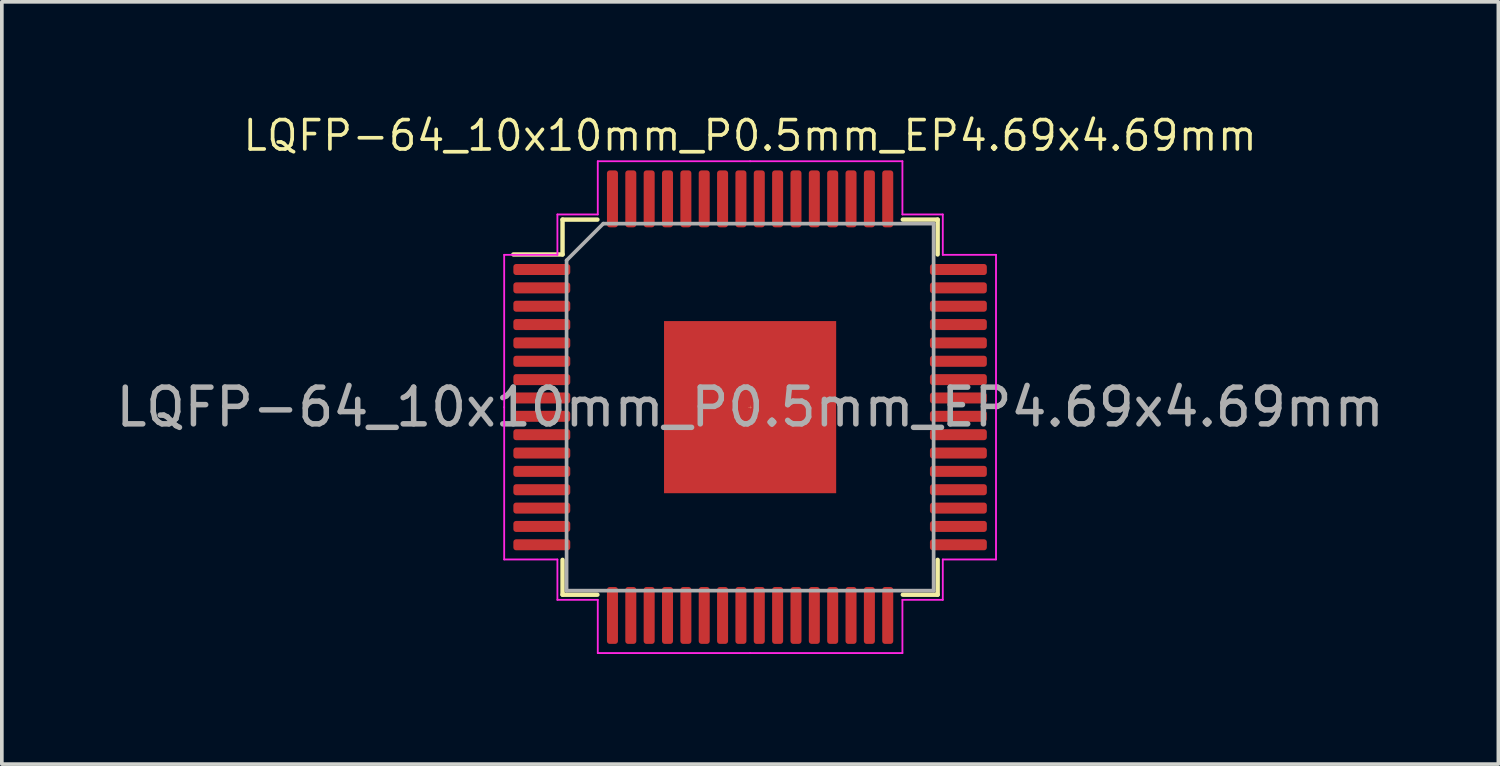
<source format=kicad_pcb>
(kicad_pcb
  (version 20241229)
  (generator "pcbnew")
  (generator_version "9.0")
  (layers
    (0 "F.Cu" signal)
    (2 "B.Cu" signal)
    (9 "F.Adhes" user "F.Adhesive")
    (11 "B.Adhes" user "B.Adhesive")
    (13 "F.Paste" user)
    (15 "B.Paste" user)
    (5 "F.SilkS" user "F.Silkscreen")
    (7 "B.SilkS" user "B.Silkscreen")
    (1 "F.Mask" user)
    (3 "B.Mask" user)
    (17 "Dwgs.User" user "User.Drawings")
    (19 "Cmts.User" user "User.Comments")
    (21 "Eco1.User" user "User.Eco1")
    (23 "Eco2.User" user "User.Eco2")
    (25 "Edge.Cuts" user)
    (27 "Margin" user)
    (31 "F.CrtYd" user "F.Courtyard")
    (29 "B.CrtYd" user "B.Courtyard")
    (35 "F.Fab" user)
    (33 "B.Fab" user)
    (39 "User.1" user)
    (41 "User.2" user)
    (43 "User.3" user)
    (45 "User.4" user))
  (footprint "LQFP-64_10x10mm_P0.5mm_EP4.69x4.69mm"
    (layer "F.Cu")
    (at 17.387 8.043)
    (property "Reference" "LQFP-64_10x10mm_P0.5mm_EP4.69x4.69mm" (at 0 -7.4 0) (unlocked yes) (layer "F.SilkS") (effects (font (size 0.8 0.8) (thickness 0.1))))
    (attr smd)
    (fp_line (start -5.11 -5.11) (end -5.11 -4.16) (stroke (width 0.12) (type solid)) (layer "F.SilkS"))
    (fp_line (start -5.11 -4.16) (end -6.45 -4.16) (stroke (width 0.12) (type solid)) (layer "F.SilkS"))
    (fp_line (start -5.11 5.11) (end -5.11 4.16) (stroke (width 0.12) (type solid)) (layer "F.SilkS"))
    (fp_line (start -4.16 -5.11) (end -5.11 -5.11) (stroke (width 0.12) (type solid)) (layer "F.SilkS"))
    (fp_line (start -4.16 5.11) (end -5.11 5.11) (stroke (width 0.12) (type solid)) (layer "F.SilkS"))
    (fp_line (start -0.05 0) (end 0.05 0) (stroke (width 0.005) (type default)) (layer "F.SilkS"))
    (fp_line (start 0 -0.04) (end 0 0.04) (stroke (width 0.005) (type default)) (layer "F.SilkS"))
    (fp_line (start 4.16 -5.11) (end 5.11 -5.11) (stroke (width 0.12) (type solid)) (layer "F.SilkS"))
    (fp_line (start 4.16 5.11) (end 5.11 5.11) (stroke (width 0.12) (type solid)) (layer "F.SilkS"))
    (fp_line (start 5.11 -5.11) (end 5.11 -4.16) (stroke (width 0.12) (type solid)) (layer "F.SilkS"))
    (fp_line (start 5.11 5.11) (end 5.11 4.16) (stroke (width 0.12) (type solid)) (layer "F.SilkS"))
    (fp_line (start -6.7 -4.15) (end -6.7 0) (stroke (width 0.05) (type solid)) (layer "F.CrtYd"))
    (fp_line (start -6.7 4.15) (end -6.7 0) (stroke (width 0.05) (type solid)) (layer "F.CrtYd"))
    (fp_line (start -5.25 -5.25) (end -5.25 -4.15) (stroke (width 0.05) (type solid)) (layer "F.CrtYd"))
    (fp_line (start -5.25 -4.15) (end -6.7 -4.15) (stroke (width 0.05) (type solid)) (layer "F.CrtYd"))
    (fp_line (start -5.25 4.15) (end -6.7 4.15) (stroke (width 0.05) (type solid)) (layer "F.CrtYd"))
    (fp_line (start -5.25 5.25) (end -5.25 4.15) (stroke (width 0.05) (type solid)) (layer "F.CrtYd"))
    (fp_line (start -4.15 -6.7) (end -4.15 -5.25) (stroke (width 0.05) (type solid)) (layer "F.CrtYd"))
    (fp_line (start -4.15 -5.25) (end -5.25 -5.25) (stroke (width 0.05) (type solid)) (layer "F.CrtYd"))
    (fp_line (start -4.15 5.25) (end -5.25 5.25) (stroke (width 0.05) (type solid)) (layer "F.CrtYd"))
    (fp_line (start -4.15 6.7) (end -4.15 5.25) (stroke (width 0.05) (type solid)) (layer "F.CrtYd"))
    (fp_line (start 0 -6.7) (end -4.15 -6.7) (stroke (width 0.05) (type solid)) (layer "F.CrtYd"))
    (fp_line (start 0 -6.7) (end 4.15 -6.7) (stroke (width 0.05) (type solid)) (layer "F.CrtYd"))
    (fp_line (start 0 6.7) (end -4.15 6.7) (stroke (width 0.05) (type solid)) (layer "F.CrtYd"))
    (fp_line (start 0 6.7) (end 4.15 6.7) (stroke (width 0.05) (type solid)) (layer "F.CrtYd"))
    (fp_line (start 4.15 -6.7) (end 4.15 -5.25) (stroke (width 0.05) (type solid)) (layer "F.CrtYd"))
    (fp_line (start 4.15 -5.25) (end 5.25 -5.25) (stroke (width 0.05) (type solid)) (layer "F.CrtYd"))
    (fp_line (start 4.15 5.25) (end 5.25 5.25) (stroke (width 0.05) (type solid)) (layer "F.CrtYd"))
    (fp_line (start 4.15 6.7) (end 4.15 5.25) (stroke (width 0.05) (type solid)) (layer "F.CrtYd"))
    (fp_line (start 5.25 -5.25) (end 5.25 -4.15) (stroke (width 0.05) (type solid)) (layer "F.CrtYd"))
    (fp_line (start 5.25 -4.15) (end 6.7 -4.15) (stroke (width 0.05) (type solid)) (layer "F.CrtYd"))
    (fp_line (start 5.25 4.15) (end 6.7 4.15) (stroke (width 0.05) (type solid)) (layer "F.CrtYd"))
    (fp_line (start 5.25 5.25) (end 5.25 4.15) (stroke (width 0.05) (type solid)) (layer "F.CrtYd"))
    (fp_line (start 6.7 -4.15) (end 6.7 0) (stroke (width 0.05) (type solid)) (layer "F.CrtYd"))
    (fp_line (start 6.7 4.15) (end 6.7 0) (stroke (width 0.05) (type solid)) (layer "F.CrtYd"))
    (fp_line (start -5 -4) (end -4 -5) (stroke (width 0.1) (type solid)) (layer "F.Fab"))
    (fp_line (start -5 5) (end -5 -4) (stroke (width 0.1) (type solid)) (layer "F.Fab"))
    (fp_line (start -4 -5) (end 5 -5) (stroke (width 0.1) (type solid)) (layer "F.Fab"))
    (fp_line (start 5 -5) (end 5 5) (stroke (width 0.1) (type solid)) (layer "F.Fab"))
    (fp_line (start 5 5) (end -5 5) (stroke (width 0.1) (type solid)) (layer "F.Fab"))
    (fp_text user "${REFERENCE}" (at 0 0 0) (layer "F.Fab") (effects (font (size 1 1) (thickness 0.15))))
    (pad "" smd roundrect (at -1.5 -1.5) (size 1.13 1.13) (layers "F.Paste") (roundrect_rratio 0.221))
    (pad "" smd roundrect (at -1.5 0) (size 1.13 1.13) (layers "F.Paste") (roundrect_rratio 0.221))
    (pad "" smd roundrect (at -1.5 1.5) (size 1.13 1.13) (layers "F.Paste") (roundrect_rratio 0.221))
    (pad "" smd roundrect (at 0 -1.5) (size 1.13 1.13) (layers "F.Paste") (roundrect_rratio 0.221))
    (pad "" smd roundrect (at 0 0) (size 1.13 1.13) (layers "F.Paste") (roundrect_rratio 0.221))
    (pad "" smd roundrect (at 0 1.5) (size 1.13 1.13) (layers "F.Paste") (roundrect_rratio 0.221))
    (pad "" smd roundrect (at 1.5 -1.5) (size 1.13 1.13) (layers "F.Paste") (roundrect_rratio 0.221))
    (pad "" smd roundrect (at 1.5 0) (size 1.13 1.13) (layers "F.Paste") (roundrect_rratio 0.221))
    (pad "" smd roundrect (at 1.5 1.5) (size 1.13 1.13) (layers "F.Paste") (roundrect_rratio 0.221))
    (pad "1" smd roundrect (at -5.675 -3.75) (size 1.55 0.3) (layers "F.Cu" "F.Mask" "F.Paste") (roundrect_rratio 0.25))
    (pad "2" smd roundrect (at -5.675 -3.25) (size 1.55 0.3) (layers "F.Cu" "F.Mask" "F.Paste") (roundrect_rratio 0.25))
    (pad "3" smd roundrect (at -5.675 -2.75) (size 1.55 0.3) (layers "F.Cu" "F.Mask" "F.Paste") (roundrect_rratio 0.25))
    (pad "4" smd roundrect (at -5.675 -2.25) (size 1.55 0.3) (layers "F.Cu" "F.Mask" "F.Paste") (roundrect_rratio 0.25))
    (pad "5" smd roundrect (at -5.675 -1.75) (size 1.55 0.3) (layers "F.Cu" "F.Mask" "F.Paste") (roundrect_rratio 0.25))
    (pad "6" smd roundrect (at -5.675 -1.25) (size 1.55 0.3) (layers "F.Cu" "F.Mask" "F.Paste") (roundrect_rratio 0.25))
    (pad "7" smd roundrect (at -5.675 -0.75) (size 1.55 0.3) (layers "F.Cu" "F.Mask" "F.Paste") (roundrect_rratio 0.25))
    (pad "8" smd roundrect (at -5.675 -0.25) (size 1.55 0.3) (layers "F.Cu" "F.Mask" "F.Paste") (roundrect_rratio 0.25))
    (pad "9" smd roundrect (at -5.675 0.25) (size 1.55 0.3) (layers "F.Cu" "F.Mask" "F.Paste") (roundrect_rratio 0.25))
    (pad "10" smd roundrect (at -5.675 0.75) (size 1.55 0.3) (layers "F.Cu" "F.Mask" "F.Paste") (roundrect_rratio 0.25))
    (pad "11" smd roundrect (at -5.675 1.25) (size 1.55 0.3) (layers "F.Cu" "F.Mask" "F.Paste") (roundrect_rratio 0.25))
    (pad "12" smd roundrect (at -5.675 1.75) (size 1.55 0.3) (layers "F.Cu" "F.Mask" "F.Paste") (roundrect_rratio 0.25))
    (pad "13" smd roundrect (at -5.675 2.25) (size 1.55 0.3) (layers "F.Cu" "F.Mask" "F.Paste") (roundrect_rratio 0.25))
    (pad "14" smd roundrect (at -5.675 2.75) (size 1.55 0.3) (layers "F.Cu" "F.Mask" "F.Paste") (roundrect_rratio 0.25))
    (pad "15" smd roundrect (at -5.675 3.25) (size 1.55 0.3) (layers "F.Cu" "F.Mask" "F.Paste") (roundrect_rratio 0.25))
    (pad "16" smd roundrect (at -5.675 3.75) (size 1.55 0.3) (layers "F.Cu" "F.Mask" "F.Paste") (roundrect_rratio 0.25))
    (pad "17" smd roundrect (at -3.75 5.675) (size 0.3 1.55) (layers "F.Cu" "F.Mask" "F.Paste") (roundrect_rratio 0.25))
    (pad "18" smd roundrect (at -3.25 5.675) (size 0.3 1.55) (layers "F.Cu" "F.Mask" "F.Paste") (roundrect_rratio 0.25))
    (pad "19" smd roundrect (at -2.75 5.675) (size 0.3 1.55) (layers "F.Cu" "F.Mask" "F.Paste") (roundrect_rratio 0.25))
    (pad "20" smd roundrect (at -2.25 5.675) (size 0.3 1.55) (layers "F.Cu" "F.Mask" "F.Paste") (roundrect_rratio 0.25))
    (pad "21" smd roundrect (at -1.75 5.675) (size 0.3 1.55) (layers "F.Cu" "F.Mask" "F.Paste") (roundrect_rratio 0.25))
    (pad "22" smd roundrect (at -1.25 5.675) (size 0.3 1.55) (layers "F.Cu" "F.Mask" "F.Paste") (roundrect_rratio 0.25))
    (pad "23" smd roundrect (at -0.75 5.675) (size 0.3 1.55) (layers "F.Cu" "F.Mask" "F.Paste") (roundrect_rratio 0.25))
    (pad "24" smd roundrect (at -0.25 5.675) (size 0.3 1.55) (layers "F.Cu" "F.Mask" "F.Paste") (roundrect_rratio 0.25))
    (pad "25" smd roundrect (at 0.25 5.675) (size 0.3 1.55) (layers "F.Cu" "F.Mask" "F.Paste") (roundrect_rratio 0.25))
    (pad "26" smd roundrect (at 0.75 5.675) (size 0.3 1.55) (layers "F.Cu" "F.Mask" "F.Paste") (roundrect_rratio 0.25))
    (pad "27" smd roundrect (at 1.25 5.675) (size 0.3 1.55) (layers "F.Cu" "F.Mask" "F.Paste") (roundrect_rratio 0.25))
    (pad "28" smd roundrect (at 1.75 5.675) (size 0.3 1.55) (layers "F.Cu" "F.Mask" "F.Paste") (roundrect_rratio 0.25))
    (pad "29" smd roundrect (at 2.25 5.675) (size 0.3 1.55) (layers "F.Cu" "F.Mask" "F.Paste") (roundrect_rratio 0.25))
    (pad "30" smd roundrect (at 2.75 5.675) (size 0.3 1.55) (layers "F.Cu" "F.Mask" "F.Paste") (roundrect_rratio 0.25))
    (pad "31" smd roundrect (at 3.25 5.675) (size 0.3 1.55) (layers "F.Cu" "F.Mask" "F.Paste") (roundrect_rratio 0.25))
    (pad "32" smd roundrect (at 3.75 5.675) (size 0.3 1.55) (layers "F.Cu" "F.Mask" "F.Paste") (roundrect_rratio 0.25))
    (pad "33" smd roundrect (at 5.675 3.75) (size 1.55 0.3) (layers "F.Cu" "F.Mask" "F.Paste") (roundrect_rratio 0.25))
    (pad "34" smd roundrect (at 5.675 3.25) (size 1.55 0.3) (layers "F.Cu" "F.Mask" "F.Paste") (roundrect_rratio 0.25))
    (pad "35" smd roundrect (at 5.675 2.75) (size 1.55 0.3) (layers "F.Cu" "F.Mask" "F.Paste") (roundrect_rratio 0.25))
    (pad "36" smd roundrect (at 5.675 2.25) (size 1.55 0.3) (layers "F.Cu" "F.Mask" "F.Paste") (roundrect_rratio 0.25))
    (pad "37" smd roundrect (at 5.675 1.75) (size 1.55 0.3) (layers "F.Cu" "F.Mask" "F.Paste") (roundrect_rratio 0.25))
    (pad "38" smd roundrect (at 5.675 1.25) (size 1.55 0.3) (layers "F.Cu" "F.Mask" "F.Paste") (roundrect_rratio 0.25))
    (pad "39" smd roundrect (at 5.675 0.75) (size 1.55 0.3) (layers "F.Cu" "F.Mask" "F.Paste") (roundrect_rratio 0.25))
    (pad "40" smd roundrect (at 5.675 0.25) (size 1.55 0.3) (layers "F.Cu" "F.Mask" "F.Paste") (roundrect_rratio 0.25))
    (pad "41" smd roundrect (at 5.675 -0.25) (size 1.55 0.3) (layers "F.Cu" "F.Mask" "F.Paste") (roundrect_rratio 0.25))
    (pad "42" smd roundrect (at 5.675 -0.75) (size 1.55 0.3) (layers "F.Cu" "F.Mask" "F.Paste") (roundrect_rratio 0.25))
    (pad "43" smd roundrect (at 5.675 -1.25) (size 1.55 0.3) (layers "F.Cu" "F.Mask" "F.Paste") (roundrect_rratio 0.25))
    (pad "44" smd roundrect (at 5.675 -1.75) (size 1.55 0.3) (layers "F.Cu" "F.Mask" "F.Paste") (roundrect_rratio 0.25))
    (pad "45" smd roundrect (at 5.675 -2.25) (size 1.55 0.3) (layers "F.Cu" "F.Mask" "F.Paste") (roundrect_rratio 0.25))
    (pad "46" smd roundrect (at 5.675 -2.75) (size 1.55 0.3) (layers "F.Cu" "F.Mask" "F.Paste") (roundrect_rratio 0.25))
    (pad "47" smd roundrect (at 5.675 -3.25) (size 1.55 0.3) (layers "F.Cu" "F.Mask" "F.Paste") (roundrect_rratio 0.25))
    (pad "48" smd roundrect (at 5.675 -3.75) (size 1.55 0.3) (layers "F.Cu" "F.Mask" "F.Paste") (roundrect_rratio 0.25))
    (pad "49" smd roundrect (at 3.75 -5.675) (size 0.3 1.55) (layers "F.Cu" "F.Mask" "F.Paste") (roundrect_rratio 0.25))
    (pad "50" smd roundrect (at 3.25 -5.675) (size 0.3 1.55) (layers "F.Cu" "F.Mask" "F.Paste") (roundrect_rratio 0.25))
    (pad "51" smd roundrect (at 2.75 -5.675) (size 0.3 1.55) (layers "F.Cu" "F.Mask" "F.Paste") (roundrect_rratio 0.25))
    (pad "52" smd roundrect (at 2.25 -5.675) (size 0.3 1.55) (layers "F.Cu" "F.Mask" "F.Paste") (roundrect_rratio 0.25))
    (pad "53" smd roundrect (at 1.75 -5.675) (size 0.3 1.55) (layers "F.Cu" "F.Mask" "F.Paste") (roundrect_rratio 0.25))
    (pad "54" smd roundrect (at 1.25 -5.675) (size 0.3 1.55) (layers "F.Cu" "F.Mask" "F.Paste") (roundrect_rratio 0.25))
    (pad "55" smd roundrect (at 0.75 -5.675) (size 0.3 1.55) (layers "F.Cu" "F.Mask" "F.Paste") (roundrect_rratio 0.25))
    (pad "56" smd roundrect (at 0.25 -5.675) (size 0.3 1.55) (layers "F.Cu" "F.Mask" "F.Paste") (roundrect_rratio 0.25))
    (pad "57" smd roundrect (at -0.25 -5.675) (size 0.3 1.55) (layers "F.Cu" "F.Mask" "F.Paste") (roundrect_rratio 0.25))
    (pad "58" smd roundrect (at -0.75 -5.675) (size 0.3 1.55) (layers "F.Cu" "F.Mask" "F.Paste") (roundrect_rratio 0.25))
    (pad "59" smd roundrect (at -1.25 -5.675) (size 0.3 1.55) (layers "F.Cu" "F.Mask" "F.Paste") (roundrect_rratio 0.25))
    (pad "60" smd roundrect (at -1.75 -5.675) (size 0.3 1.55) (layers "F.Cu" "F.Mask" "F.Paste") (roundrect_rratio 0.25))
    (pad "61" smd roundrect (at -2.25 -5.675) (size 0.3 1.55) (layers "F.Cu" "F.Mask" "F.Paste") (roundrect_rratio 0.25))
    (pad "62" smd roundrect (at -2.75 -5.675) (size 0.3 1.55) (layers "F.Cu" "F.Mask" "F.Paste") (roundrect_rratio 0.25))
    (pad "63" smd roundrect (at -3.25 -5.675) (size 0.3 1.55) (layers "F.Cu" "F.Mask" "F.Paste") (roundrect_rratio 0.25))
    (pad "64" smd roundrect (at -3.75 -5.675) (size 0.3 1.55) (layers "F.Cu" "F.Mask" "F.Paste") (roundrect_rratio 0.25))
    (pad "65" smd rect (at 0 0) (size 4.69 4.69) (layers "F.Cu" "F.Mask")))
  (gr_rect
    (start -3 -3)
    (end 37.774 17.768)
    (stroke (width 0.1) (type default))
    (fill no)
    (layer "Edge.Cuts")))
</source>
